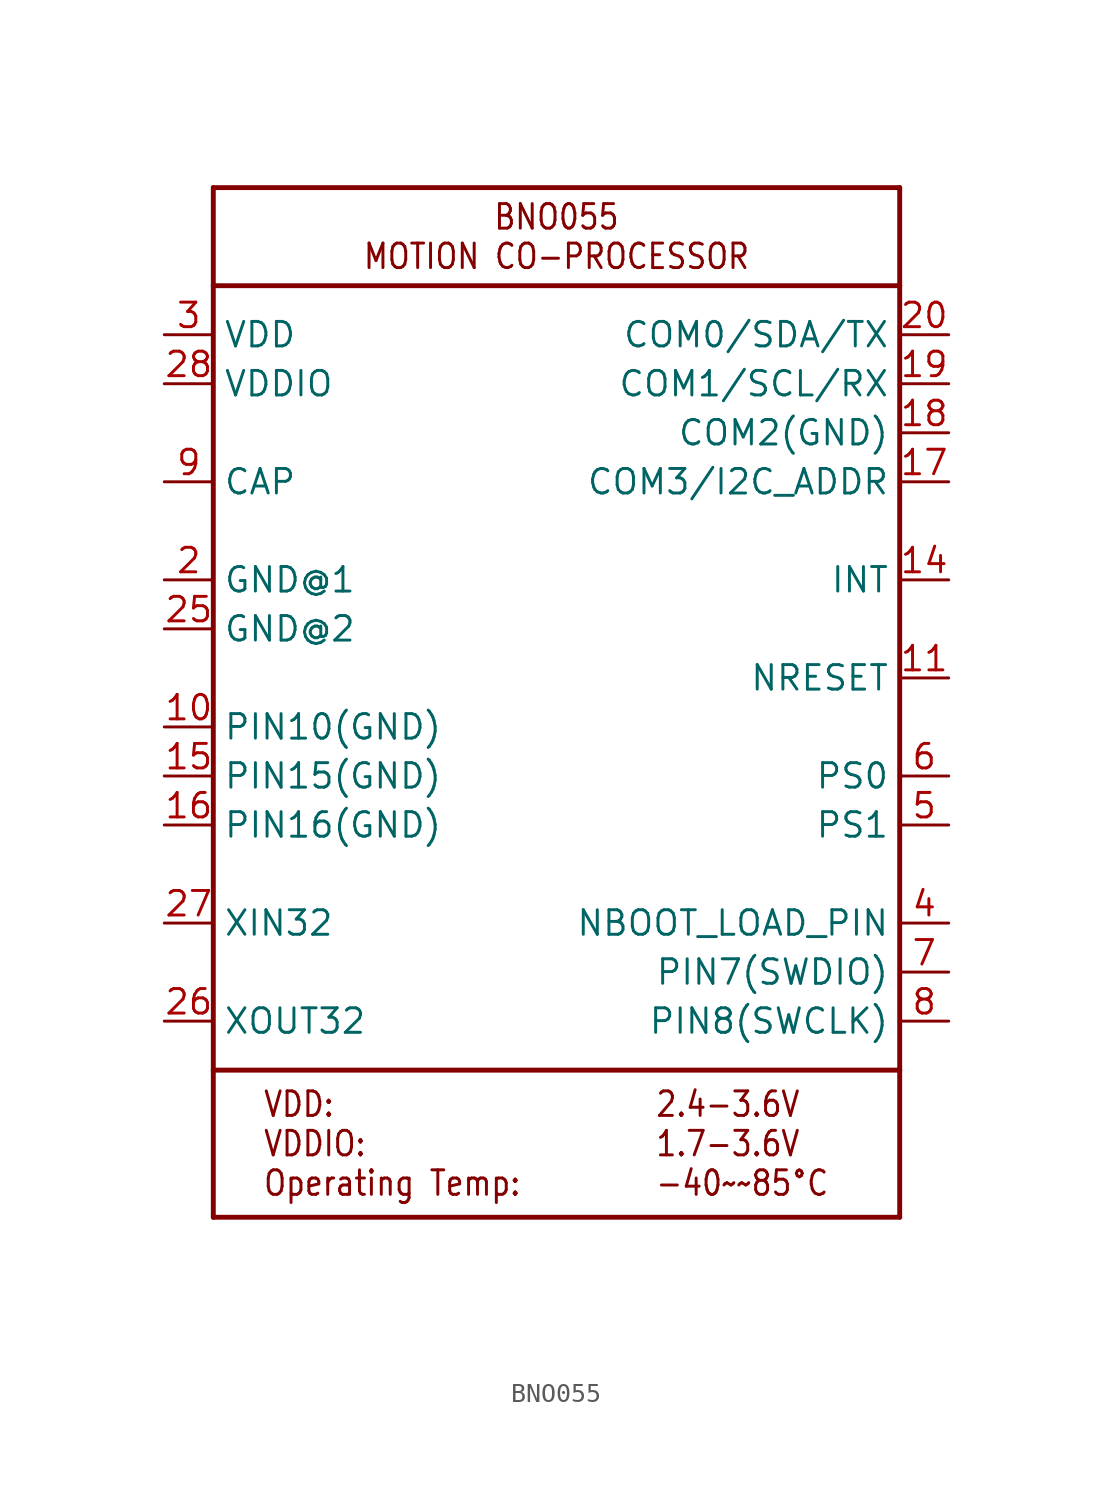
<source format=kicad_sym>
(kicad_symbol_lib
  (version 20220914)
  (generator kicad_symbol_editor)
  (symbol "BNO055"
    (property "Reference" ""
      (at -17.78 26.67 0)
      (effects (font (size 1.27 1.079)) (justify left bottom) hide))
    (property "Value" ""
      (at -17.78 -30.48 0)
      (effects (font (size 1.27 1.079)) (justify left bottom)))
    (property "ki_locked" ""
      (at 0 0 0)
      (effects (font (size 1.27 1.27))))
    (symbol "BNO055_1_0"
      (polyline (pts (xy -17.78 -27.94) (xy 17.78 -27.94)) (stroke (width 0.254) (type solid)) (fill (type none)))
      (polyline (pts (xy -17.78 -20.32) (xy -17.78 -27.94)) (stroke (width 0.254) (type solid)) (fill (type none)))
      (polyline (pts (xy -17.78 -20.32) (xy -17.78 20.32)) (stroke (width 0.254) (type solid)) (fill (type none)))
      (polyline (pts (xy -17.78 20.32) (xy -17.78 25.4)) (stroke (width 0.254) (type solid)) (fill (type none)))
      (polyline (pts (xy -17.78 20.32) (xy 17.78 20.32)) (stroke (width 0.254) (type solid)) (fill (type none)))
      (polyline (pts (xy -17.78 25.4) (xy 17.78 25.4)) (stroke (width 0.254) (type solid)) (fill (type none)))
      (polyline (pts (xy 17.78 -27.94) (xy 17.78 -20.32)) (stroke (width 0.254) (type solid)) (fill (type none)))
      (polyline (pts (xy 17.78 -20.32) (xy -17.78 -20.32)) (stroke (width 0.254) (type solid)) (fill (type none)))
      (polyline (pts (xy 17.78 20.32) (xy 17.78 -20.32)) (stroke (width 0.254) (type solid)) (fill (type none)))
      (polyline (pts (xy 17.78 25.4) (xy 17.78 20.32)) (stroke (width 0.254) (type solid)) (fill (type none)))
      (text "2.4-3.6V\n1.7-3.6V\n-40~~85°C" (at 5.08 -24.13 0) (effects (font (size 1.27 1.079)) (justify left)))
      (text "BNO055\nMOTION CO-PROCESSOR" (at 0 22.86 0) (effects (font (size 1.27 1.079))))
      (text "VDD:\nVDDIO:\nOperating Temp:" (at -15.24 -24.13 0) (effects (font (size 1.27 1.079)) (justify left)))
      (pin bidirectional line (at -20.32 -2.54 0) (length 2.54) (name "PIN10(GND)" (effects (font (size 1.27 1.27)))) (number "10" (effects (font (size 1.27 1.27)))))
      (pin bidirectional line (at 20.32 0 180) (length 2.54) (name "NRESET" (effects (font (size 1.27 1.27)))) (number "11" (effects (font (size 1.27 1.27)))))
      (pin output line (at 20.32 5.08 180) (length 2.54) (name "INT" (effects (font (size 1.27 1.27)))) (number "14" (effects (font (size 1.27 1.27)))))
      (pin bidirectional line (at -20.32 -5.08 0) (length 2.54) (name "PIN15(GND)" (effects (font (size 1.27 1.27)))) (number "15" (effects (font (size 1.27 1.27)))))
      (pin bidirectional line (at -20.32 -7.62 0) (length 2.54) (name "PIN16(GND)" (effects (font (size 1.27 1.27)))) (number "16" (effects (font (size 1.27 1.27)))))
      (pin bidirectional line (at 20.32 10.16 180) (length 2.54) (name "COM3/I2C_ADDR" (effects (font (size 1.27 1.27)))) (number "17" (effects (font (size 1.27 1.27)))))
      (pin bidirectional line (at 20.32 12.7 180) (length 2.54) (name "COM2(GND)" (effects (font (size 1.27 1.27)))) (number "18" (effects (font (size 1.27 1.27)))))
      (pin bidirectional line (at 20.32 15.24 180) (length 2.54) (name "COM1/SCL/RX" (effects (font (size 1.27 1.27)))) (number "19" (effects (font (size 1.27 1.27)))))
      (pin power_in line (at -20.32 5.08 0) (length 2.54) (name "GND@1" (effects (font (size 1.27 1.27)))) (number "2" (effects (font (size 1.27 1.27)))))
      (pin bidirectional line (at 20.32 17.78 180) (length 2.54) (name "COM0/SDA/TX" (effects (font (size 1.27 1.27)))) (number "20" (effects (font (size 1.27 1.27)))))
      (pin power_in line (at -20.32 2.54 0) (length 2.54) (name "GND@2" (effects (font (size 1.27 1.27)))) (number "25" (effects (font (size 1.27 1.27)))))
      (pin output line (at -20.32 -17.78 0) (length 2.54) (name "XOUT32" (effects (font (size 1.27 1.27)))) (number "26" (effects (font (size 1.27 1.27)))))
      (pin input line (at -20.32 -12.7 0) (length 2.54) (name "XIN32" (effects (font (size 1.27 1.27)))) (number "27" (effects (font (size 1.27 1.27)))))
      (pin power_in line (at -20.32 15.24 0) (length 2.54) (name "VDDIO" (effects (font (size 1.27 1.27)))) (number "28" (effects (font (size 1.27 1.27)))))
      (pin power_in line (at -20.32 17.78 0) (length 2.54) (name "VDD" (effects (font (size 1.27 1.27)))) (number "3" (effects (font (size 1.27 1.27)))))
      (pin bidirectional line (at 20.32 -12.7 180) (length 2.54) (name "NBOOT_LOAD_PIN" (effects (font (size 1.27 1.27)))) (number "4" (effects (font (size 1.27 1.27)))))
      (pin input line (at 20.32 -7.62 180) (length 2.54) (name "PS1" (effects (font (size 1.27 1.27)))) (number "5" (effects (font (size 1.27 1.27)))))
      (pin input line (at 20.32 -5.08 180) (length 2.54) (name "PS0" (effects (font (size 1.27 1.27)))) (number "6" (effects (font (size 1.27 1.27)))))
      (pin bidirectional line (at 20.32 -15.24 180) (length 2.54) (name "PIN7(SWDIO)" (effects (font (size 1.27 1.27)))) (number "7" (effects (font (size 1.27 1.27)))))
      (pin bidirectional line (at 20.32 -17.78 180) (length 2.54) (name "PIN8(SWCLK)" (effects (font (size 1.27 1.27)))) (number "8" (effects (font (size 1.27 1.27)))))
      (pin passive line (at -20.32 10.16 0) (length 2.54) (name "CAP" (effects (font (size 1.27 1.27)))) (number "9" (effects (font (size 1.27 1.27))))))))
</source>
